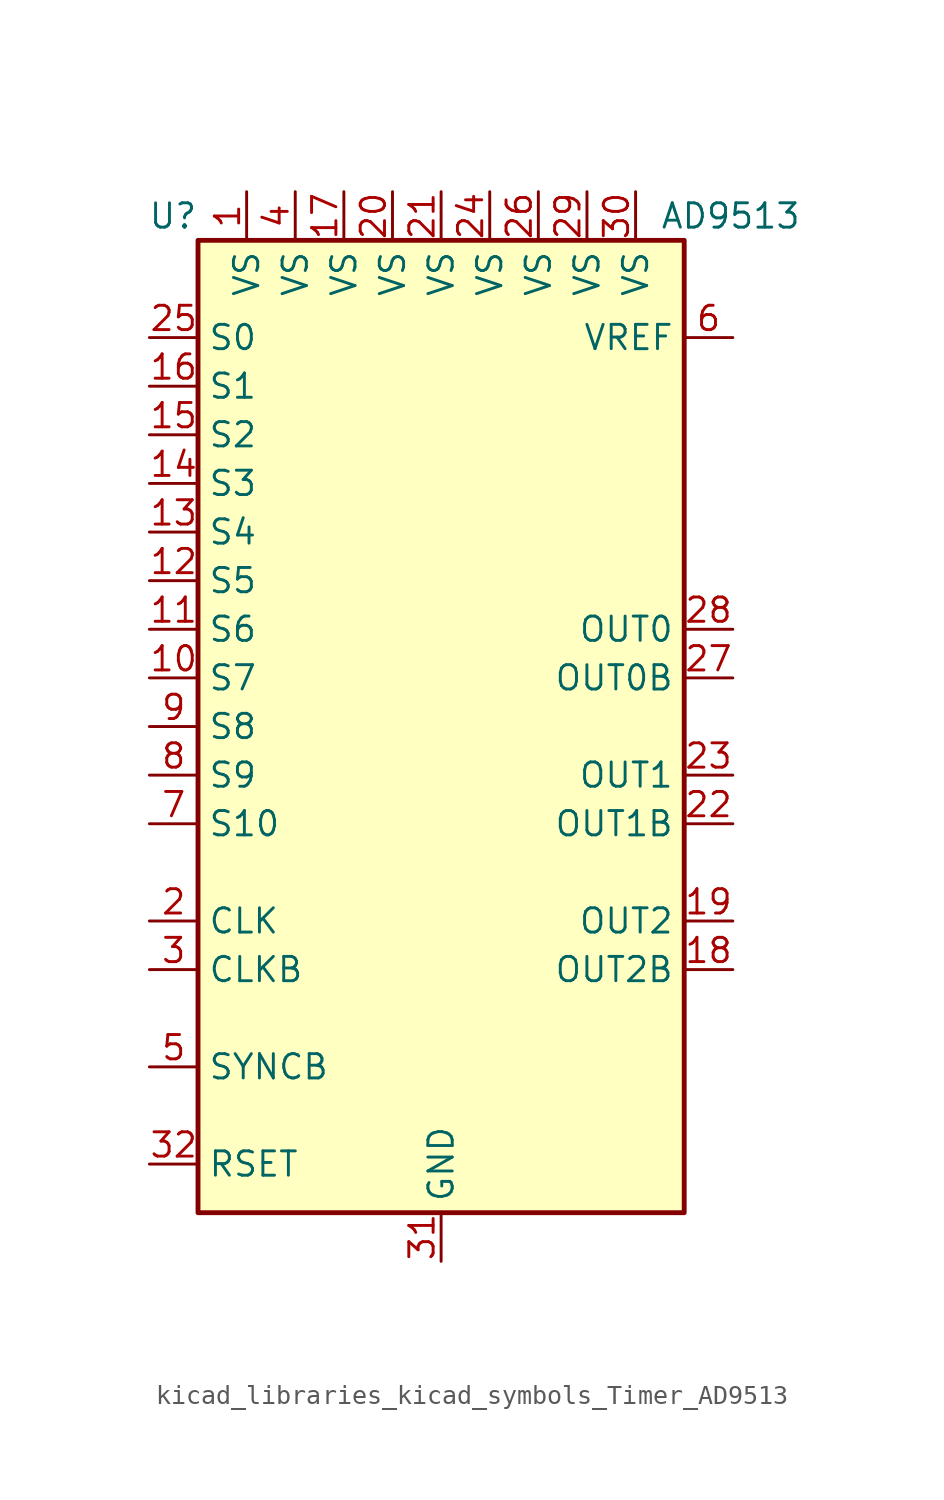
<source format=kicad_sym>
(kicad_symbol_lib
  (version 20220914)
  (generator kicad_symbol_editor)
  (symbol "kicad_libraries_kicad_symbols_Timer_AD9513"
    (property "Reference" "U"
      (at -12.7 26.67 0)
      (effects (font (size 1.27 1.27)) (justify right)))
    (property "Value" "AD9513"
      (at 11.43 26.67 0)
      (effects (font (size 1.27 1.27)) (justify left)))
    (symbol "kicad_libraries_kicad_symbols_Timer_AD9513_0_1"
      (rectangle (start -12.7 25.4) (end 12.7 -25.4) (stroke (width 0.254) (type default)) (fill (type background))))
    (symbol "kicad_libraries_kicad_symbols_Timer_AD9513_1_1"
      (pin power_in line (at -10.16 27.94 270) (length 2.54) (name "VS" (effects (font (size 1.27 1.27)))) (number "1" (effects (font (size 1.27 1.27)))))
      (pin input line (at -15.24 2.54 0) (length 2.54) (name "S7" (effects (font (size 1.27 1.27)))) (number "10" (effects (font (size 1.27 1.27)))))
      (pin input line (at -15.24 5.08 0) (length 2.54) (name "S6" (effects (font (size 1.27 1.27)))) (number "11" (effects (font (size 1.27 1.27)))))
      (pin input line (at -15.24 7.62 0) (length 2.54) (name "S5" (effects (font (size 1.27 1.27)))) (number "12" (effects (font (size 1.27 1.27)))))
      (pin input line (at -15.24 10.16 0) (length 2.54) (name "S4" (effects (font (size 1.27 1.27)))) (number "13" (effects (font (size 1.27 1.27)))))
      (pin input line (at -15.24 12.7 0) (length 2.54) (name "S3" (effects (font (size 1.27 1.27)))) (number "14" (effects (font (size 1.27 1.27)))))
      (pin input line (at -15.24 15.24 0) (length 2.54) (name "S2" (effects (font (size 1.27 1.27)))) (number "15" (effects (font (size 1.27 1.27)))))
      (pin input line (at -15.24 17.78 0) (length 2.54) (name "S1" (effects (font (size 1.27 1.27)))) (number "16" (effects (font (size 1.27 1.27)))))
      (pin power_in line (at -5.08 27.94 270) (length 2.54) (name "VS" (effects (font (size 1.27 1.27)))) (number "17" (effects (font (size 1.27 1.27)))))
      (pin output line (at 15.24 -12.7 180) (length 2.54) (name "OUT2B" (effects (font (size 1.27 1.27)))) (number "18" (effects (font (size 1.27 1.27)))))
      (pin output line (at 15.24 -10.16 180) (length 2.54) (name "OUT2" (effects (font (size 1.27 1.27)))) (number "19" (effects (font (size 1.27 1.27)))))
      (pin input line (at -15.24 -10.16 0) (length 2.54) (name "CLK" (effects (font (size 1.27 1.27)))) (number "2" (effects (font (size 1.27 1.27)))))
      (pin power_in line (at -2.54 27.94 270) (length 2.54) (name "VS" (effects (font (size 1.27 1.27)))) (number "20" (effects (font (size 1.27 1.27)))))
      (pin power_in line (at 0 27.94 270) (length 2.54) (name "VS" (effects (font (size 1.27 1.27)))) (number "21" (effects (font (size 1.27 1.27)))))
      (pin output line (at 15.24 -5.08 180) (length 2.54) (name "OUT1B" (effects (font (size 1.27 1.27)))) (number "22" (effects (font (size 1.27 1.27)))))
      (pin output line (at 15.24 -2.54 180) (length 2.54) (name "OUT1" (effects (font (size 1.27 1.27)))) (number "23" (effects (font (size 1.27 1.27)))))
      (pin power_in line (at 2.54 27.94 270) (length 2.54) (name "VS" (effects (font (size 1.27 1.27)))) (number "24" (effects (font (size 1.27 1.27)))))
      (pin input line (at -15.24 20.32 0) (length 2.54) (name "S0" (effects (font (size 1.27 1.27)))) (number "25" (effects (font (size 1.27 1.27)))))
      (pin power_in line (at 5.08 27.94 270) (length 2.54) (name "VS" (effects (font (size 1.27 1.27)))) (number "26" (effects (font (size 1.27 1.27)))))
      (pin output line (at 15.24 2.54 180) (length 2.54) (name "OUT0B" (effects (font (size 1.27 1.27)))) (number "27" (effects (font (size 1.27 1.27)))))
      (pin output line (at 15.24 5.08 180) (length 2.54) (name "OUT0" (effects (font (size 1.27 1.27)))) (number "28" (effects (font (size 1.27 1.27)))))
      (pin power_in line (at 7.62 27.94 270) (length 2.54) (name "VS" (effects (font (size 1.27 1.27)))) (number "29" (effects (font (size 1.27 1.27)))))
      (pin input line (at -15.24 -12.7 0) (length 2.54) (name "CLKB" (effects (font (size 1.27 1.27)))) (number "3" (effects (font (size 1.27 1.27)))))
      (pin power_in line (at 10.16 27.94 270) (length 2.54) (name "VS" (effects (font (size 1.27 1.27)))) (number "30" (effects (font (size 1.27 1.27)))))
      (pin power_in line (at 0 -27.94 90) (length 2.54) (name "GND" (effects (font (size 1.27 1.27)))) (number "31" (effects (font (size 1.27 1.27)))))
      (pin passive line (at -15.24 -22.86 0) (length 2.54) (name "RSET" (effects (font (size 1.27 1.27)))) (number "32" (effects (font (size 1.27 1.27)))))
      (pin passive line (at 0 -27.94 90) (length 2.54) hide (name "GND" (effects (font (size 1.27 1.27)))) (number "33" (effects (font (size 1.27 1.27)))))
      (pin power_in line (at -7.62 27.94 270) (length 2.54) (name "VS" (effects (font (size 1.27 1.27)))) (number "4" (effects (font (size 1.27 1.27)))))
      (pin input line (at -15.24 -17.78 0) (length 2.54) (name "SYNCB" (effects (font (size 1.27 1.27)))) (number "5" (effects (font (size 1.27 1.27)))))
      (pin power_out line (at 15.24 20.32 180) (length 2.54) (name "VREF" (effects (font (size 1.27 1.27)))) (number "6" (effects (font (size 1.27 1.27)))))
      (pin input line (at -15.24 -5.08 0) (length 2.54) (name "S10" (effects (font (size 1.27 1.27)))) (number "7" (effects (font (size 1.27 1.27)))))
      (pin input line (at -15.24 -2.54 0) (length 2.54) (name "S9" (effects (font (size 1.27 1.27)))) (number "8" (effects (font (size 1.27 1.27)))))
      (pin input line (at -15.24 0 0) (length 2.54) (name "S8" (effects (font (size 1.27 1.27)))) (number "9" (effects (font (size 1.27 1.27))))))))
</source>
